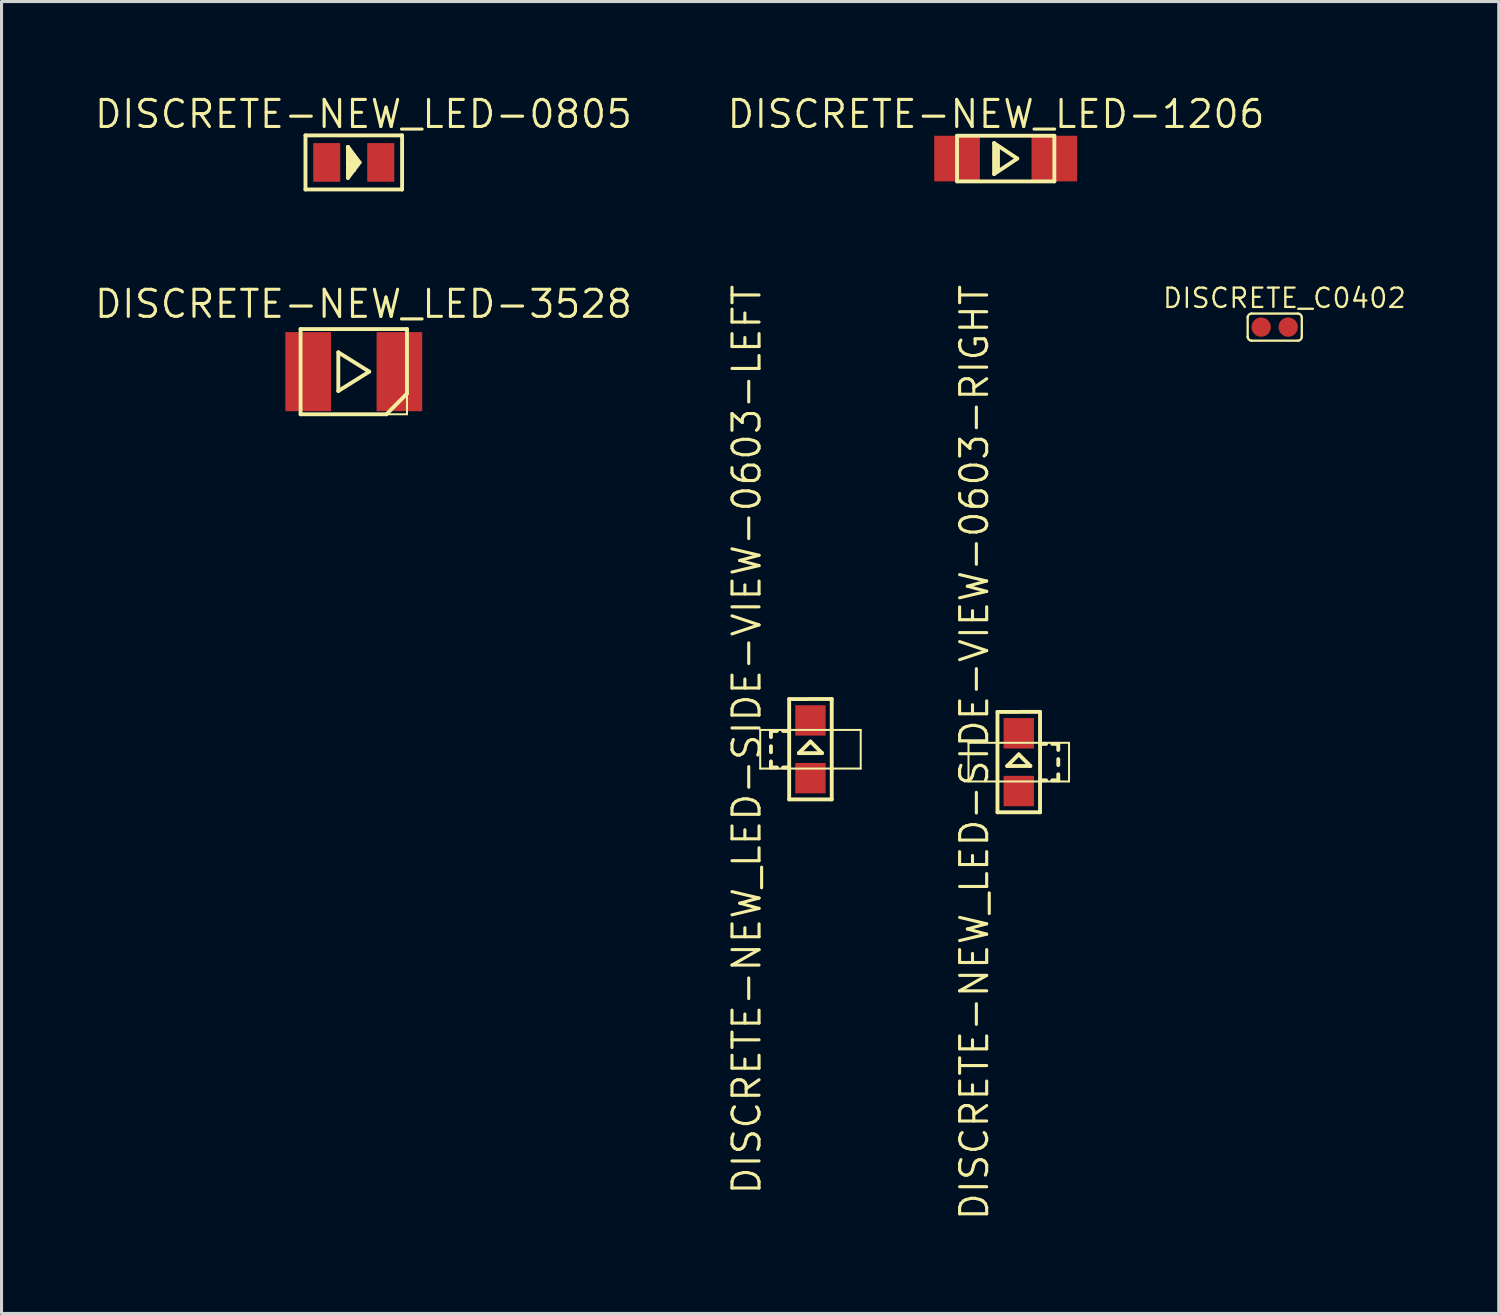
<source format=kicad_pcb>
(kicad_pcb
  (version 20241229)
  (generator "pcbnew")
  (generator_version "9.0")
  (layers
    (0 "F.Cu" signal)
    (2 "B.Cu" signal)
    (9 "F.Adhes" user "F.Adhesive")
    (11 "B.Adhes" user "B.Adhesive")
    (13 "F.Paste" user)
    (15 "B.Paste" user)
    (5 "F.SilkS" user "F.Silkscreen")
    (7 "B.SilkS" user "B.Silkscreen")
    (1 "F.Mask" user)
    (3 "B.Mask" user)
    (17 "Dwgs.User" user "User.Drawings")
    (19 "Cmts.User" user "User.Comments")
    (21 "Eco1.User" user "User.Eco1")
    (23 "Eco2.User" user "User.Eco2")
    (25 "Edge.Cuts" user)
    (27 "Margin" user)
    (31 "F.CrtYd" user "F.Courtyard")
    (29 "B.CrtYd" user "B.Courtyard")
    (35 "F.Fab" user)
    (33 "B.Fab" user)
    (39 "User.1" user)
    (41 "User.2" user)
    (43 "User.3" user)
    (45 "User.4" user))
  (footprint "DISCRETE-NEW_LED-SIDE-VIEW-0603-RIGHT"
    (layer "F.Cu")
    (at 30.417 21.986)
    (property "Reference" "DISCRETE-NEW_LED-SIDE-VIEW-0603-RIGHT" (at -1.46 -0.318 90) (layer "F.SilkS") (effects (font (size 0.889 0.889) (thickness 0.102))))
    (attr smd)
    (fp_line (start -1.651 -0.635) (end 1.651 -0.635) (stroke (width 0.066) (type solid)) (layer "F.SilkS"))
    (fp_line (start -1.651 0.635) (end -1.651 -0.635) (stroke (width 0.066) (type solid)) (layer "F.SilkS"))
    (fp_line (start -1.651 0.635) (end 1.651 0.635) (stroke (width 0.066) (type solid)) (layer "F.SilkS"))
    (fp_line (start -0.699 -1.648) (end 0.699 -1.651) (stroke (width 0.127) (type solid)) (layer "F.SilkS"))
    (fp_line (start -0.699 1.648) (end -0.699 -1.648) (stroke (width 0.127) (type solid)) (layer "F.SilkS"))
    (fp_line (start -0.381 0.127) (end 0.381 0.127) (stroke (width 0.127) (type solid)) (layer "F.SilkS"))
    (fp_line (start 0 -0.254) (end -0.381 0.127) (stroke (width 0.127) (type solid)) (layer "F.SilkS"))
    (fp_line (start 0.381 0.127) (end 0 -0.254) (stroke (width 0.127) (type solid)) (layer "F.SilkS"))
    (fp_line (start 0.699 -1.651) (end 0.699 -0.599) (stroke (width 0.127) (type solid)) (layer "F.SilkS"))
    (fp_line (start 0.699 -0.599) (end 0.699 0.599) (stroke (width 0.127) (type solid)) (layer "F.SilkS"))
    (fp_line (start 0.699 -0.599) (end 0.899 -0.599) (stroke (width 0.127) (type solid)) (layer "F.SilkS"))
    (fp_line (start 0.699 0.599) (end 0.699 1.648) (stroke (width 0.127) (type solid)) (layer "F.SilkS"))
    (fp_line (start 0.699 1.648) (end -0.699 1.648) (stroke (width 0.127) (type solid)) (layer "F.SilkS"))
    (fp_line (start 0.899 0.599) (end 0.699 0.599) (stroke (width 0.127) (type solid)) (layer "F.SilkS"))
    (fp_line (start 1.1 -0.599) (end 1.298 -0.599) (stroke (width 0.127) (type solid)) (layer "F.SilkS"))
    (fp_line (start 1.298 -0.599) (end 1.298 -0.399) (stroke (width 0.127) (type solid)) (layer "F.SilkS"))
    (fp_line (start 1.298 -0.099) (end 1.298 0.099) (stroke (width 0.127) (type solid)) (layer "F.SilkS"))
    (fp_line (start 1.298 0.599) (end 1.1 0.599) (stroke (width 0.127) (type solid)) (layer "F.SilkS"))
    (fp_line (start 1.298 0.599) (end 1.298 0.399) (stroke (width 0.127) (type solid)) (layer "F.SilkS"))
    (fp_line (start 1.651 0.635) (end 1.651 -0.635) (stroke (width 0.066) (type solid)) (layer "F.SilkS"))
    (pad "1" smd rect (at 0 0.95 90) (size 0.998 0.998) (layers "F.Cu" "F.Mask" "F.Paste"))
    (pad "2" smd rect (at 0 -0.947 90) (size 0.998 0.998) (layers "F.Cu" "F.Mask" "F.Paste")))
  (footprint "DISCRETE-NEW_LED-SIDE-VIEW-0603-LEFT"
    (layer "F.Cu")
    (at 23.574 21.563)
    (property "Reference" "DISCRETE-NEW_LED-SIDE-VIEW-0603-LEFT" (at -2.095 -0.318 90) (layer "F.SilkS") (effects (font (size 0.889 0.889) (thickness 0.102))))
    (attr smd)
    (fp_line (start -1.651 -0.635) (end 1.651 -0.635) (stroke (width 0.066) (type solid)) (layer "F.SilkS"))
    (fp_line (start -1.651 0.635) (end -1.651 -0.635) (stroke (width 0.066) (type solid)) (layer "F.SilkS"))
    (fp_line (start -1.651 0.635) (end 1.651 0.635) (stroke (width 0.066) (type solid)) (layer "F.SilkS"))
    (fp_line (start -1.298 -0.599) (end -1.298 -0.399) (stroke (width 0.127) (type solid)) (layer "F.SilkS"))
    (fp_line (start -1.298 -0.599) (end -1.1 -0.599) (stroke (width 0.127) (type solid)) (layer "F.SilkS"))
    (fp_line (start -1.298 0.099) (end -1.298 -0.099) (stroke (width 0.127) (type solid)) (layer "F.SilkS"))
    (fp_line (start -1.298 0.599) (end -1.298 0.399) (stroke (width 0.127) (type solid)) (layer "F.SilkS"))
    (fp_line (start -1.1 0.599) (end -1.298 0.599) (stroke (width 0.127) (type solid)) (layer "F.SilkS"))
    (fp_line (start -0.899 -0.599) (end -0.699 -0.599) (stroke (width 0.127) (type solid)) (layer "F.SilkS"))
    (fp_line (start -0.699 -1.648) (end 0.699 -1.651) (stroke (width 0.127) (type solid)) (layer "F.SilkS"))
    (fp_line (start -0.699 -0.599) (end -0.699 -1.648) (stroke (width 0.127) (type solid)) (layer "F.SilkS"))
    (fp_line (start -0.699 0.599) (end -0.899 0.599) (stroke (width 0.127) (type solid)) (layer "F.SilkS"))
    (fp_line (start -0.699 0.599) (end -0.699 -0.599) (stroke (width 0.127) (type solid)) (layer "F.SilkS"))
    (fp_line (start -0.699 1.648) (end -0.699 0.599) (stroke (width 0.127) (type solid)) (layer "F.SilkS"))
    (fp_line (start -0.381 0.127) (end 0.381 0.127) (stroke (width 0.127) (type solid)) (layer "F.SilkS"))
    (fp_line (start 0 -0.254) (end -0.381 0.127) (stroke (width 0.127) (type solid)) (layer "F.SilkS"))
    (fp_line (start 0.381 0.127) (end 0 -0.254) (stroke (width 0.127) (type solid)) (layer "F.SilkS"))
    (fp_line (start 0.699 -1.651) (end 0.699 1.648) (stroke (width 0.127) (type solid)) (layer "F.SilkS"))
    (fp_line (start 0.699 1.648) (end -0.699 1.648) (stroke (width 0.127) (type solid)) (layer "F.SilkS"))
    (fp_line (start 1.651 0.635) (end 1.651 -0.635) (stroke (width 0.066) (type solid)) (layer "F.SilkS"))
    (pad "1" smd rect (at 0 0.95 90) (size 0.998 0.998) (layers "F.Cu" "F.Mask" "F.Paste"))
    (pad "2" smd rect (at 0 -0.947 90) (size 0.998 0.998) (layers "F.Cu" "F.Mask" "F.Paste")))
  (footprint "DISCRETE-NEW_LED-1206"
    (layer "F.Cu")
    (at 29.988 2.159)
    (property "Reference" "DISCRETE-NEW_LED-1206" (at -0.318 -1.46 0) (layer "F.SilkS") (effects (font (size 0.889 0.889) (thickness 0.102))))
    (attr smd)
    (fp_line (start -1.598 -0.749) (end 1.598 -0.749) (stroke (width 0.127) (type solid)) (layer "F.SilkS"))
    (fp_line (start -1.598 0.749) (end -1.598 -0.749) (stroke (width 0.127) (type solid)) (layer "F.SilkS"))
    (fp_line (start -0.381 -0.508) (end -0.381 0.508) (stroke (width 0.127) (type solid)) (layer "F.SilkS"))
    (fp_line (start -0.381 0.508) (end 0.381 0) (stroke (width 0.127) (type solid)) (layer "F.SilkS"))
    (fp_line (start -0.254 -0.381) (end -0.254 0.381) (stroke (width 0.127) (type solid)) (layer "F.SilkS"))
    (fp_line (start 0.381 0) (end -0.381 -0.508) (stroke (width 0.127) (type solid)) (layer "F.SilkS"))
    (fp_line (start 1.598 -0.749) (end 1.598 0.749) (stroke (width 0.127) (type solid)) (layer "F.SilkS"))
    (fp_line (start 1.598 0.749) (end -1.598 0.749) (stroke (width 0.127) (type solid)) (layer "F.SilkS"))
    (pad "+" smd rect (at -1.598 0) (size 1.499 1.499) (layers "F.Cu" "F.Mask" "F.Paste"))
    (pad "-" smd rect (at 1.598 0) (size 1.499 1.499) (layers "F.Cu" "F.Mask" "F.Paste")))
  (footprint "DISCRETE_C0402"
    (layer "F.Cu")
    (at 38.826 7.696)
    (property "Reference" "DISCRETE_C0402" (at 0.318 -0.953 0) (layer "F.SilkS") (effects (font (size 0.635 0.635) (thickness 0.076))))
    (attr smd)
    (fp_line (start -0.889 0.318) (end -0.889 -0.318) (stroke (width 0.076) (type solid)) (layer "F.SilkS"))
    (fp_line (start -0.762 -0.445) (end 0.762 -0.445) (stroke (width 0.076) (type solid)) (layer "F.SilkS"))
    (fp_line (start 0.762 0.445) (end -0.762 0.445) (stroke (width 0.076) (type solid)) (layer "F.SilkS"))
    (fp_line (start 0.889 -0.318) (end 0.889 0.318) (stroke (width 0.076) (type solid)) (layer "F.SilkS"))
    (fp_arc (start -0.889 -0.3175) (mid -0.851803 -0.407303) (end -0.762 -0.4445) (stroke (width 0.0762) (type solid)) (layer "F.SilkS"))
    (fp_arc (start -0.762 0.4445) (mid -0.851803 0.407303) (end -0.889 0.3175) (stroke (width 0.0762) (type solid)) (layer "F.SilkS"))
    (fp_arc (start 0.762 -0.4445) (mid 0.851803 -0.407303) (end 0.889 -0.3175) (stroke (width 0.0762) (type solid)) (layer "F.SilkS"))
    (fp_arc (start 0.889 0.3175) (mid 0.851803 0.407303) (end 0.762 0.4445) (stroke (width 0.0762) (type solid)) (layer "F.SilkS"))
    (pad "1" smd circle (at -0.445 0) (size 0.635 0.635) (layers "F.Cu" "F.Mask" "F.Paste"))
    (pad "2" smd circle (at 0.442 0) (size 0.635 0.635) (layers "F.Cu" "F.Mask" "F.Paste")))
  (footprint "DISCRETE-NEW_LED-3528"
    (layer "F.Cu")
    (at 8.572 9.159)
    (property "Reference" "DISCRETE-NEW_LED-3528" (at 0.318 -2.223 0) (layer "F.SilkS") (effects (font (size 0.889 0.889) (thickness 0.102))))
    (attr smd)
    (fp_line (start -1.748 -1.4) (end 1.748 -1.4) (stroke (width 0.066) (type solid)) (layer "F.SilkS"))
    (fp_line (start -1.748 -1.4) (end 1.748 -1.4) (stroke (width 0.127) (type solid)) (layer "F.SilkS"))
    (fp_line (start -1.748 1.4) (end -1.748 -1.4) (stroke (width 0.066) (type solid)) (layer "F.SilkS"))
    (fp_line (start -1.748 1.4) (end -1.748 -1.4) (stroke (width 0.127) (type solid)) (layer "F.SilkS"))
    (fp_line (start -1.748 1.4) (end 1.748 1.4) (stroke (width 0.066) (type solid)) (layer "F.SilkS"))
    (fp_line (start -0.508 -0.635) (end 0.508 0) (stroke (width 0.127) (type solid)) (layer "F.SilkS"))
    (fp_line (start -0.508 0.635) (end -0.508 -0.635) (stroke (width 0.127) (type solid)) (layer "F.SilkS"))
    (fp_line (start 0.508 0) (end -0.508 0.635) (stroke (width 0.127) (type solid)) (layer "F.SilkS"))
    (fp_line (start 1.072 1.4) (end -1.748 1.4) (stroke (width 0.127) (type solid)) (layer "F.SilkS"))
    (fp_line (start 1.748 -1.4) (end 1.748 0.721) (stroke (width 0.127) (type solid)) (layer "F.SilkS"))
    (fp_line (start 1.748 0.721) (end 1.072 1.4) (stroke (width 0.127) (type solid)) (layer "F.SilkS"))
    (fp_line (start 1.748 1.4) (end 1.748 -1.4) (stroke (width 0.066) (type solid)) (layer "F.SilkS"))
    (pad "1" smd rect (at -1.499 0 90) (size 2.598 1.499) (layers "F.Cu" "F.Mask" "F.Paste"))
    (pad "2" smd rect (at 1.499 0 90) (size 2.598 1.499) (layers "F.Cu" "F.Mask" "F.Paste")))
  (footprint "DISCRETE-NEW_LED-0805"
    (layer "F.Cu")
    (at 8.572 2.286)
    (property "Reference" "DISCRETE-NEW_LED-0805" (at 0.318 -1.587 0) (layer "F.SilkS") (effects (font (size 0.889 0.889) (thickness 0.102))))
    (attr smd)
    (fp_line (start -1.587 -0.889) (end 1.587 -0.889) (stroke (width 0.066) (type solid)) (layer "F.SilkS"))
    (fp_line (start -1.587 -0.889) (end 1.587 -0.889) (stroke (width 0.127) (type solid)) (layer "F.SilkS"))
    (fp_line (start -1.587 0.889) (end -1.587 -0.889) (stroke (width 0.066) (type solid)) (layer "F.SilkS"))
    (fp_line (start -1.587 0.889) (end -1.587 -0.889) (stroke (width 0.127) (type solid)) (layer "F.SilkS"))
    (fp_line (start -1.587 0.889) (end 1.587 0.889) (stroke (width 0.066) (type solid)) (layer "F.SilkS"))
    (fp_line (start -0.191 -0.508) (end -0.191 -0.254) (stroke (width 0.127) (type solid)) (layer "F.SilkS"))
    (fp_line (start -0.191 -0.508) (end 0.127 0.064) (stroke (width 0.127) (type solid)) (layer "F.SilkS"))
    (fp_line (start -0.191 -0.254) (end -0.191 0) (stroke (width 0.127) (type solid)) (layer "F.SilkS"))
    (fp_line (start -0.191 -0.254) (end 0.064 0.127) (stroke (width 0.127) (type solid)) (layer "F.SilkS"))
    (fp_line (start -0.191 0) (end -0.191 0.254) (stroke (width 0.127) (type solid)) (layer "F.SilkS"))
    (fp_line (start -0.191 0) (end 0 0.254) (stroke (width 0.127) (type solid)) (layer "F.SilkS"))
    (fp_line (start -0.191 0.254) (end -0.191 0.508) (stroke (width 0.127) (type solid)) (layer "F.SilkS"))
    (fp_line (start -0.191 0.508) (end 0 0.254) (stroke (width 0.127) (type solid)) (layer "F.SilkS"))
    (fp_line (start 0 0.254) (end -0.191 0.254) (stroke (width 0.127) (type solid)) (layer "F.SilkS"))
    (fp_line (start 0 0.254) (end 0.191 0) (stroke (width 0.127) (type solid)) (layer "F.SilkS"))
    (fp_line (start 0.064 0.127) (end -0.191 0) (stroke (width 0.127) (type solid)) (layer "F.SilkS"))
    (fp_line (start 0.127 0.064) (end -0.191 -0.254) (stroke (width 0.127) (type solid)) (layer "F.SilkS"))
    (fp_line (start 0.191 0) (end -0.191 -0.508) (stroke (width 0.127) (type solid)) (layer "F.SilkS"))
    (fp_line (start 1.587 -0.889) (end 1.587 0.889) (stroke (width 0.127) (type solid)) (layer "F.SilkS"))
    (fp_line (start 1.587 0.889) (end -1.587 0.889) (stroke (width 0.127) (type solid)) (layer "F.SilkS"))
    (fp_line (start 1.587 0.889) (end 1.587 -0.889) (stroke (width 0.066) (type solid)) (layer "F.SilkS"))
    (pad "+" smd rect (at -0.889 0) (size 0.889 1.27) (layers "F.Cu" "F.Mask" "F.Paste"))
    (pad "-" smd rect (at 0.886 0) (size 0.889 1.27) (layers "F.Cu" "F.Mask" "F.Paste")))
  (gr_rect
    (start -3 -3)
    (end 46.185 40.099)
    (stroke (width 0.1) (type default))
    (fill no)
    (layer "Edge.Cuts")))
</source>
